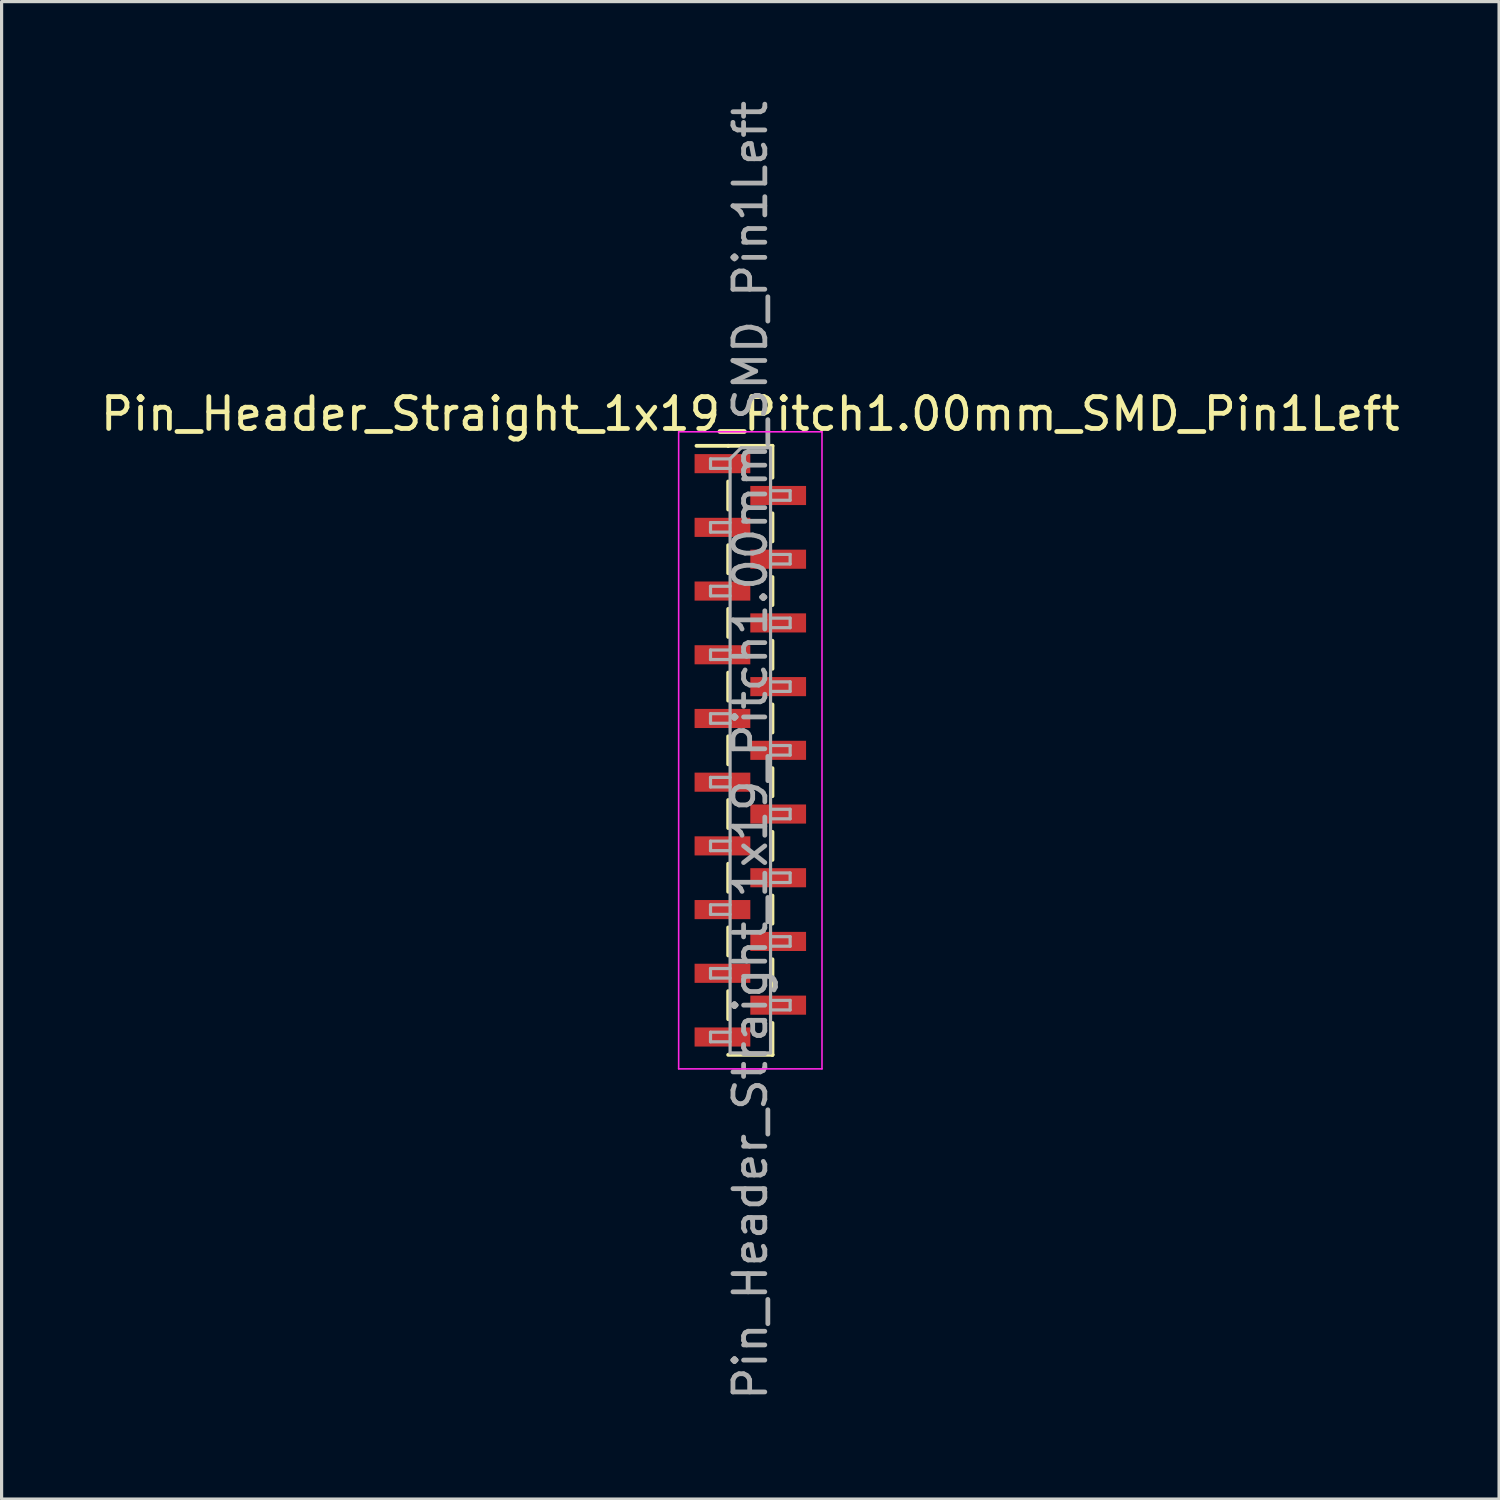
<source format=kicad_pcb>
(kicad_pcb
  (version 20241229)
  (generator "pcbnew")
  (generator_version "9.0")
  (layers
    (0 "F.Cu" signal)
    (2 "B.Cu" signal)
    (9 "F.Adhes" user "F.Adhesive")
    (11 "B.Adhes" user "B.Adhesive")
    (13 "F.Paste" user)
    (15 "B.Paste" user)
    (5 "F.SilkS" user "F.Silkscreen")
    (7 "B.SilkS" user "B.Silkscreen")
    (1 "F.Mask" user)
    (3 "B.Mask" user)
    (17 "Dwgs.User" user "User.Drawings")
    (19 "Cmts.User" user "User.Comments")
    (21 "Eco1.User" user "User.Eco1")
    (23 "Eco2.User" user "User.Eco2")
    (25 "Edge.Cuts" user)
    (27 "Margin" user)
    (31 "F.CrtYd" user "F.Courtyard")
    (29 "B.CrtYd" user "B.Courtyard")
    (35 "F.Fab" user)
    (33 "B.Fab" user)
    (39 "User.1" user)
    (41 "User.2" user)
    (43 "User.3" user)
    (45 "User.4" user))
  (footprint "Pin_Header_Straight_1x19_Pitch1.00mm_SMD_Pin1Left"
    (layer "F.Cu")
    (at 20.506 20.506)
    (property "Reference" "Pin_Header_Straight_1x19_Pitch1.00mm_SMD_Pin1Left" (at 0 -10.56 0) (layer "F.SilkS") (effects (font (size 1 1) (thickness 0.15))))
    (attr smd)
    (fp_line (start -0.695 -9.56) (end -1.69 -9.56) (stroke (width 0.12) (type solid)) (layer "F.SilkS"))
    (fp_line (start -0.695 -9.56) (end -0.695 -9.56) (stroke (width 0.12) (type solid)) (layer "F.SilkS"))
    (fp_line (start -0.695 -9.56) (end 0.695 -9.56) (stroke (width 0.12) (type solid)) (layer "F.SilkS"))
    (fp_line (start -0.695 -8.44) (end -0.695 -7.56) (stroke (width 0.12) (type solid)) (layer "F.SilkS"))
    (fp_line (start -0.695 -6.44) (end -0.695 -5.56) (stroke (width 0.12) (type solid)) (layer "F.SilkS"))
    (fp_line (start -0.695 -4.44) (end -0.695 -3.56) (stroke (width 0.12) (type solid)) (layer "F.SilkS"))
    (fp_line (start -0.695 -2.44) (end -0.695 -1.56) (stroke (width 0.12) (type solid)) (layer "F.SilkS"))
    (fp_line (start -0.695 -0.44) (end -0.695 0.44) (stroke (width 0.12) (type solid)) (layer "F.SilkS"))
    (fp_line (start -0.695 1.56) (end -0.695 2.44) (stroke (width 0.12) (type solid)) (layer "F.SilkS"))
    (fp_line (start -0.695 3.56) (end -0.695 4.44) (stroke (width 0.12) (type solid)) (layer "F.SilkS"))
    (fp_line (start -0.695 5.56) (end -0.695 6.44) (stroke (width 0.12) (type solid)) (layer "F.SilkS"))
    (fp_line (start -0.695 7.56) (end -0.695 8.44) (stroke (width 0.12) (type solid)) (layer "F.SilkS"))
    (fp_line (start -0.695 9.56) (end 0.695 9.56) (stroke (width 0.12) (type solid)) (layer "F.SilkS"))
    (fp_line (start 0.695 -9.56) (end 0.695 -8.56) (stroke (width 0.12) (type solid)) (layer "F.SilkS"))
    (fp_line (start 0.695 -7.44) (end 0.695 -6.56) (stroke (width 0.12) (type solid)) (layer "F.SilkS"))
    (fp_line (start 0.695 -5.44) (end 0.695 -4.56) (stroke (width 0.12) (type solid)) (layer "F.SilkS"))
    (fp_line (start 0.695 -3.44) (end 0.695 -2.56) (stroke (width 0.12) (type solid)) (layer "F.SilkS"))
    (fp_line (start 0.695 -1.44) (end 0.695 -0.56) (stroke (width 0.12) (type solid)) (layer "F.SilkS"))
    (fp_line (start 0.695 0.56) (end 0.695 1.44) (stroke (width 0.12) (type solid)) (layer "F.SilkS"))
    (fp_line (start 0.695 2.56) (end 0.695 3.44) (stroke (width 0.12) (type solid)) (layer "F.SilkS"))
    (fp_line (start 0.695 4.56) (end 0.695 5.44) (stroke (width 0.12) (type solid)) (layer "F.SilkS"))
    (fp_line (start 0.695 6.56) (end 0.695 7.44) (stroke (width 0.12) (type solid)) (layer "F.SilkS"))
    (fp_line (start 0.695 8.56) (end 0.695 9.56) (stroke (width 0.12) (type solid)) (layer "F.SilkS"))
    (fp_line (start 0.695 9.56) (end 0.695 9.56) (stroke (width 0.12) (type solid)) (layer "F.SilkS"))
    (fp_line (start -2.25 -10) (end -2.25 10) (stroke (width 0.05) (type solid)) (layer "F.CrtYd"))
    (fp_line (start -2.25 10) (end 2.25 10) (stroke (width 0.05) (type solid)) (layer "F.CrtYd"))
    (fp_line (start 2.25 -10) (end -2.25 -10) (stroke (width 0.05) (type solid)) (layer "F.CrtYd"))
    (fp_line (start 2.25 10) (end 2.25 -10) (stroke (width 0.05) (type solid)) (layer "F.CrtYd"))
    (fp_line (start -1.25 -9.15) (end -1.25 -8.85) (stroke (width 0.1) (type solid)) (layer "F.Fab"))
    (fp_line (start -1.25 -8.85) (end -0.635 -8.85) (stroke (width 0.1) (type solid)) (layer "F.Fab"))
    (fp_line (start -1.25 -7.15) (end -1.25 -6.85) (stroke (width 0.1) (type solid)) (layer "F.Fab"))
    (fp_line (start -1.25 -6.85) (end -0.635 -6.85) (stroke (width 0.1) (type solid)) (layer "F.Fab"))
    (fp_line (start -1.25 -5.15) (end -1.25 -4.85) (stroke (width 0.1) (type solid)) (layer "F.Fab"))
    (fp_line (start -1.25 -4.85) (end -0.635 -4.85) (stroke (width 0.1) (type solid)) (layer "F.Fab"))
    (fp_line (start -1.25 -3.15) (end -1.25 -2.85) (stroke (width 0.1) (type solid)) (layer "F.Fab"))
    (fp_line (start -1.25 -2.85) (end -0.635 -2.85) (stroke (width 0.1) (type solid)) (layer "F.Fab"))
    (fp_line (start -1.25 -1.15) (end -1.25 -0.85) (stroke (width 0.1) (type solid)) (layer "F.Fab"))
    (fp_line (start -1.25 -0.85) (end -0.635 -0.85) (stroke (width 0.1) (type solid)) (layer "F.Fab"))
    (fp_line (start -1.25 0.85) (end -1.25 1.15) (stroke (width 0.1) (type solid)) (layer "F.Fab"))
    (fp_line (start -1.25 1.15) (end -0.635 1.15) (stroke (width 0.1) (type solid)) (layer "F.Fab"))
    (fp_line (start -1.25 2.85) (end -1.25 3.15) (stroke (width 0.1) (type solid)) (layer "F.Fab"))
    (fp_line (start -1.25 3.15) (end -0.635 3.15) (stroke (width 0.1) (type solid)) (layer "F.Fab"))
    (fp_line (start -1.25 4.85) (end -1.25 5.15) (stroke (width 0.1) (type solid)) (layer "F.Fab"))
    (fp_line (start -1.25 5.15) (end -0.635 5.15) (stroke (width 0.1) (type solid)) (layer "F.Fab"))
    (fp_line (start -1.25 6.85) (end -1.25 7.15) (stroke (width 0.1) (type solid)) (layer "F.Fab"))
    (fp_line (start -1.25 7.15) (end -0.635 7.15) (stroke (width 0.1) (type solid)) (layer "F.Fab"))
    (fp_line (start -1.25 8.85) (end -1.25 9.15) (stroke (width 0.1) (type solid)) (layer "F.Fab"))
    (fp_line (start -1.25 9.15) (end -0.635 9.15) (stroke (width 0.1) (type solid)) (layer "F.Fab"))
    (fp_line (start -0.635 -9.15) (end -1.25 -9.15) (stroke (width 0.1) (type solid)) (layer "F.Fab"))
    (fp_line (start -0.635 -9.15) (end -0.285 -9.5) (stroke (width 0.1) (type solid)) (layer "F.Fab"))
    (fp_line (start -0.635 -7.15) (end -1.25 -7.15) (stroke (width 0.1) (type solid)) (layer "F.Fab"))
    (fp_line (start -0.635 -5.15) (end -1.25 -5.15) (stroke (width 0.1) (type solid)) (layer "F.Fab"))
    (fp_line (start -0.635 -3.15) (end -1.25 -3.15) (stroke (width 0.1) (type solid)) (layer "F.Fab"))
    (fp_line (start -0.635 -1.15) (end -1.25 -1.15) (stroke (width 0.1) (type solid)) (layer "F.Fab"))
    (fp_line (start -0.635 0.85) (end -1.25 0.85) (stroke (width 0.1) (type solid)) (layer "F.Fab"))
    (fp_line (start -0.635 2.85) (end -1.25 2.85) (stroke (width 0.1) (type solid)) (layer "F.Fab"))
    (fp_line (start -0.635 4.85) (end -1.25 4.85) (stroke (width 0.1) (type solid)) (layer "F.Fab"))
    (fp_line (start -0.635 6.85) (end -1.25 6.85) (stroke (width 0.1) (type solid)) (layer "F.Fab"))
    (fp_line (start -0.635 8.85) (end -1.25 8.85) (stroke (width 0.1) (type solid)) (layer "F.Fab"))
    (fp_line (start -0.635 9.5) (end -0.635 -9.15) (stroke (width 0.1) (type solid)) (layer "F.Fab"))
    (fp_line (start -0.285 -9.5) (end 0.635 -9.5) (stroke (width 0.1) (type solid)) (layer "F.Fab"))
    (fp_line (start 0.635 -9.5) (end 0.635 9.5) (stroke (width 0.1) (type solid)) (layer "F.Fab"))
    (fp_line (start 0.635 -8.15) (end 1.25 -8.15) (stroke (width 0.1) (type solid)) (layer "F.Fab"))
    (fp_line (start 0.635 -6.15) (end 1.25 -6.15) (stroke (width 0.1) (type solid)) (layer "F.Fab"))
    (fp_line (start 0.635 -4.15) (end 1.25 -4.15) (stroke (width 0.1) (type solid)) (layer "F.Fab"))
    (fp_line (start 0.635 -2.15) (end 1.25 -2.15) (stroke (width 0.1) (type solid)) (layer "F.Fab"))
    (fp_line (start 0.635 -0.15) (end 1.25 -0.15) (stroke (width 0.1) (type solid)) (layer "F.Fab"))
    (fp_line (start 0.635 1.85) (end 1.25 1.85) (stroke (width 0.1) (type solid)) (layer "F.Fab"))
    (fp_line (start 0.635 3.85) (end 1.25 3.85) (stroke (width 0.1) (type solid)) (layer "F.Fab"))
    (fp_line (start 0.635 5.85) (end 1.25 5.85) (stroke (width 0.1) (type solid)) (layer "F.Fab"))
    (fp_line (start 0.635 7.85) (end 1.25 7.85) (stroke (width 0.1) (type solid)) (layer "F.Fab"))
    (fp_line (start 0.635 9.5) (end -0.635 9.5) (stroke (width 0.1) (type solid)) (layer "F.Fab"))
    (fp_line (start 1.25 -8.15) (end 1.25 -7.85) (stroke (width 0.1) (type solid)) (layer "F.Fab"))
    (fp_line (start 1.25 -7.85) (end 0.635 -7.85) (stroke (width 0.1) (type solid)) (layer "F.Fab"))
    (fp_line (start 1.25 -6.15) (end 1.25 -5.85) (stroke (width 0.1) (type solid)) (layer "F.Fab"))
    (fp_line (start 1.25 -5.85) (end 0.635 -5.85) (stroke (width 0.1) (type solid)) (layer "F.Fab"))
    (fp_line (start 1.25 -4.15) (end 1.25 -3.85) (stroke (width 0.1) (type solid)) (layer "F.Fab"))
    (fp_line (start 1.25 -3.85) (end 0.635 -3.85) (stroke (width 0.1) (type solid)) (layer "F.Fab"))
    (fp_line (start 1.25 -2.15) (end 1.25 -1.85) (stroke (width 0.1) (type solid)) (layer "F.Fab"))
    (fp_line (start 1.25 -1.85) (end 0.635 -1.85) (stroke (width 0.1) (type solid)) (layer "F.Fab"))
    (fp_line (start 1.25 -0.15) (end 1.25 0.15) (stroke (width 0.1) (type solid)) (layer "F.Fab"))
    (fp_line (start 1.25 0.15) (end 0.635 0.15) (stroke (width 0.1) (type solid)) (layer "F.Fab"))
    (fp_line (start 1.25 1.85) (end 1.25 2.15) (stroke (width 0.1) (type solid)) (layer "F.Fab"))
    (fp_line (start 1.25 2.15) (end 0.635 2.15) (stroke (width 0.1) (type solid)) (layer "F.Fab"))
    (fp_line (start 1.25 3.85) (end 1.25 4.15) (stroke (width 0.1) (type solid)) (layer "F.Fab"))
    (fp_line (start 1.25 4.15) (end 0.635 4.15) (stroke (width 0.1) (type solid)) (layer "F.Fab"))
    (fp_line (start 1.25 5.85) (end 1.25 6.15) (stroke (width 0.1) (type solid)) (layer "F.Fab"))
    (fp_line (start 1.25 6.15) (end 0.635 6.15) (stroke (width 0.1) (type solid)) (layer "F.Fab"))
    (fp_line (start 1.25 7.85) (end 1.25 8.15) (stroke (width 0.1) (type solid)) (layer "F.Fab"))
    (fp_line (start 1.25 8.15) (end 0.635 8.15) (stroke (width 0.1) (type solid)) (layer "F.Fab"))
    (fp_text user "${REFERENCE}" (at 0 0 90) (layer "F.Fab") (effects (font (size 1 1) (thickness 0.15))))
    (pad "1" smd rect (at -0.875 -9) (size 1.75 0.6) (layers "F.Cu" "F.Mask" "F.Paste"))
    (pad "2" smd rect (at 0.875 -8) (size 1.75 0.6) (layers "F.Cu" "F.Mask" "F.Paste"))
    (pad "3" smd rect (at -0.875 -7) (size 1.75 0.6) (layers "F.Cu" "F.Mask" "F.Paste"))
    (pad "4" smd rect (at 0.875 -6) (size 1.75 0.6) (layers "F.Cu" "F.Mask" "F.Paste"))
    (pad "5" smd rect (at -0.875 -5) (size 1.75 0.6) (layers "F.Cu" "F.Mask" "F.Paste"))
    (pad "6" smd rect (at 0.875 -4) (size 1.75 0.6) (layers "F.Cu" "F.Mask" "F.Paste"))
    (pad "7" smd rect (at -0.875 -3) (size 1.75 0.6) (layers "F.Cu" "F.Mask" "F.Paste"))
    (pad "8" smd rect (at 0.875 -2) (size 1.75 0.6) (layers "F.Cu" "F.Mask" "F.Paste"))
    (pad "9" smd rect (at -0.875 -1) (size 1.75 0.6) (layers "F.Cu" "F.Mask" "F.Paste"))
    (pad "10" smd rect (at 0.875 0) (size 1.75 0.6) (layers "F.Cu" "F.Mask" "F.Paste"))
    (pad "11" smd rect (at -0.875 1) (size 1.75 0.6) (layers "F.Cu" "F.Mask" "F.Paste"))
    (pad "12" smd rect (at 0.875 2) (size 1.75 0.6) (layers "F.Cu" "F.Mask" "F.Paste"))
    (pad "13" smd rect (at -0.875 3) (size 1.75 0.6) (layers "F.Cu" "F.Mask" "F.Paste"))
    (pad "14" smd rect (at 0.875 4) (size 1.75 0.6) (layers "F.Cu" "F.Mask" "F.Paste"))
    (pad "15" smd rect (at -0.875 5) (size 1.75 0.6) (layers "F.Cu" "F.Mask" "F.Paste"))
    (pad "16" smd rect (at 0.875 6) (size 1.75 0.6) (layers "F.Cu" "F.Mask" "F.Paste"))
    (pad "17" smd rect (at -0.875 7) (size 1.75 0.6) (layers "F.Cu" "F.Mask" "F.Paste"))
    (pad "18" smd rect (at 0.875 8) (size 1.75 0.6) (layers "F.Cu" "F.Mask" "F.Paste"))
    (pad "19" smd rect (at -0.875 9) (size 1.75 0.6) (layers "F.Cu" "F.Mask" "F.Paste")))
  (gr_rect
    (start -3 -3)
    (end 44.012 44.012)
    (stroke (width 0.1) (type default))
    (fill no)
    (layer "Edge.Cuts")))
</source>
